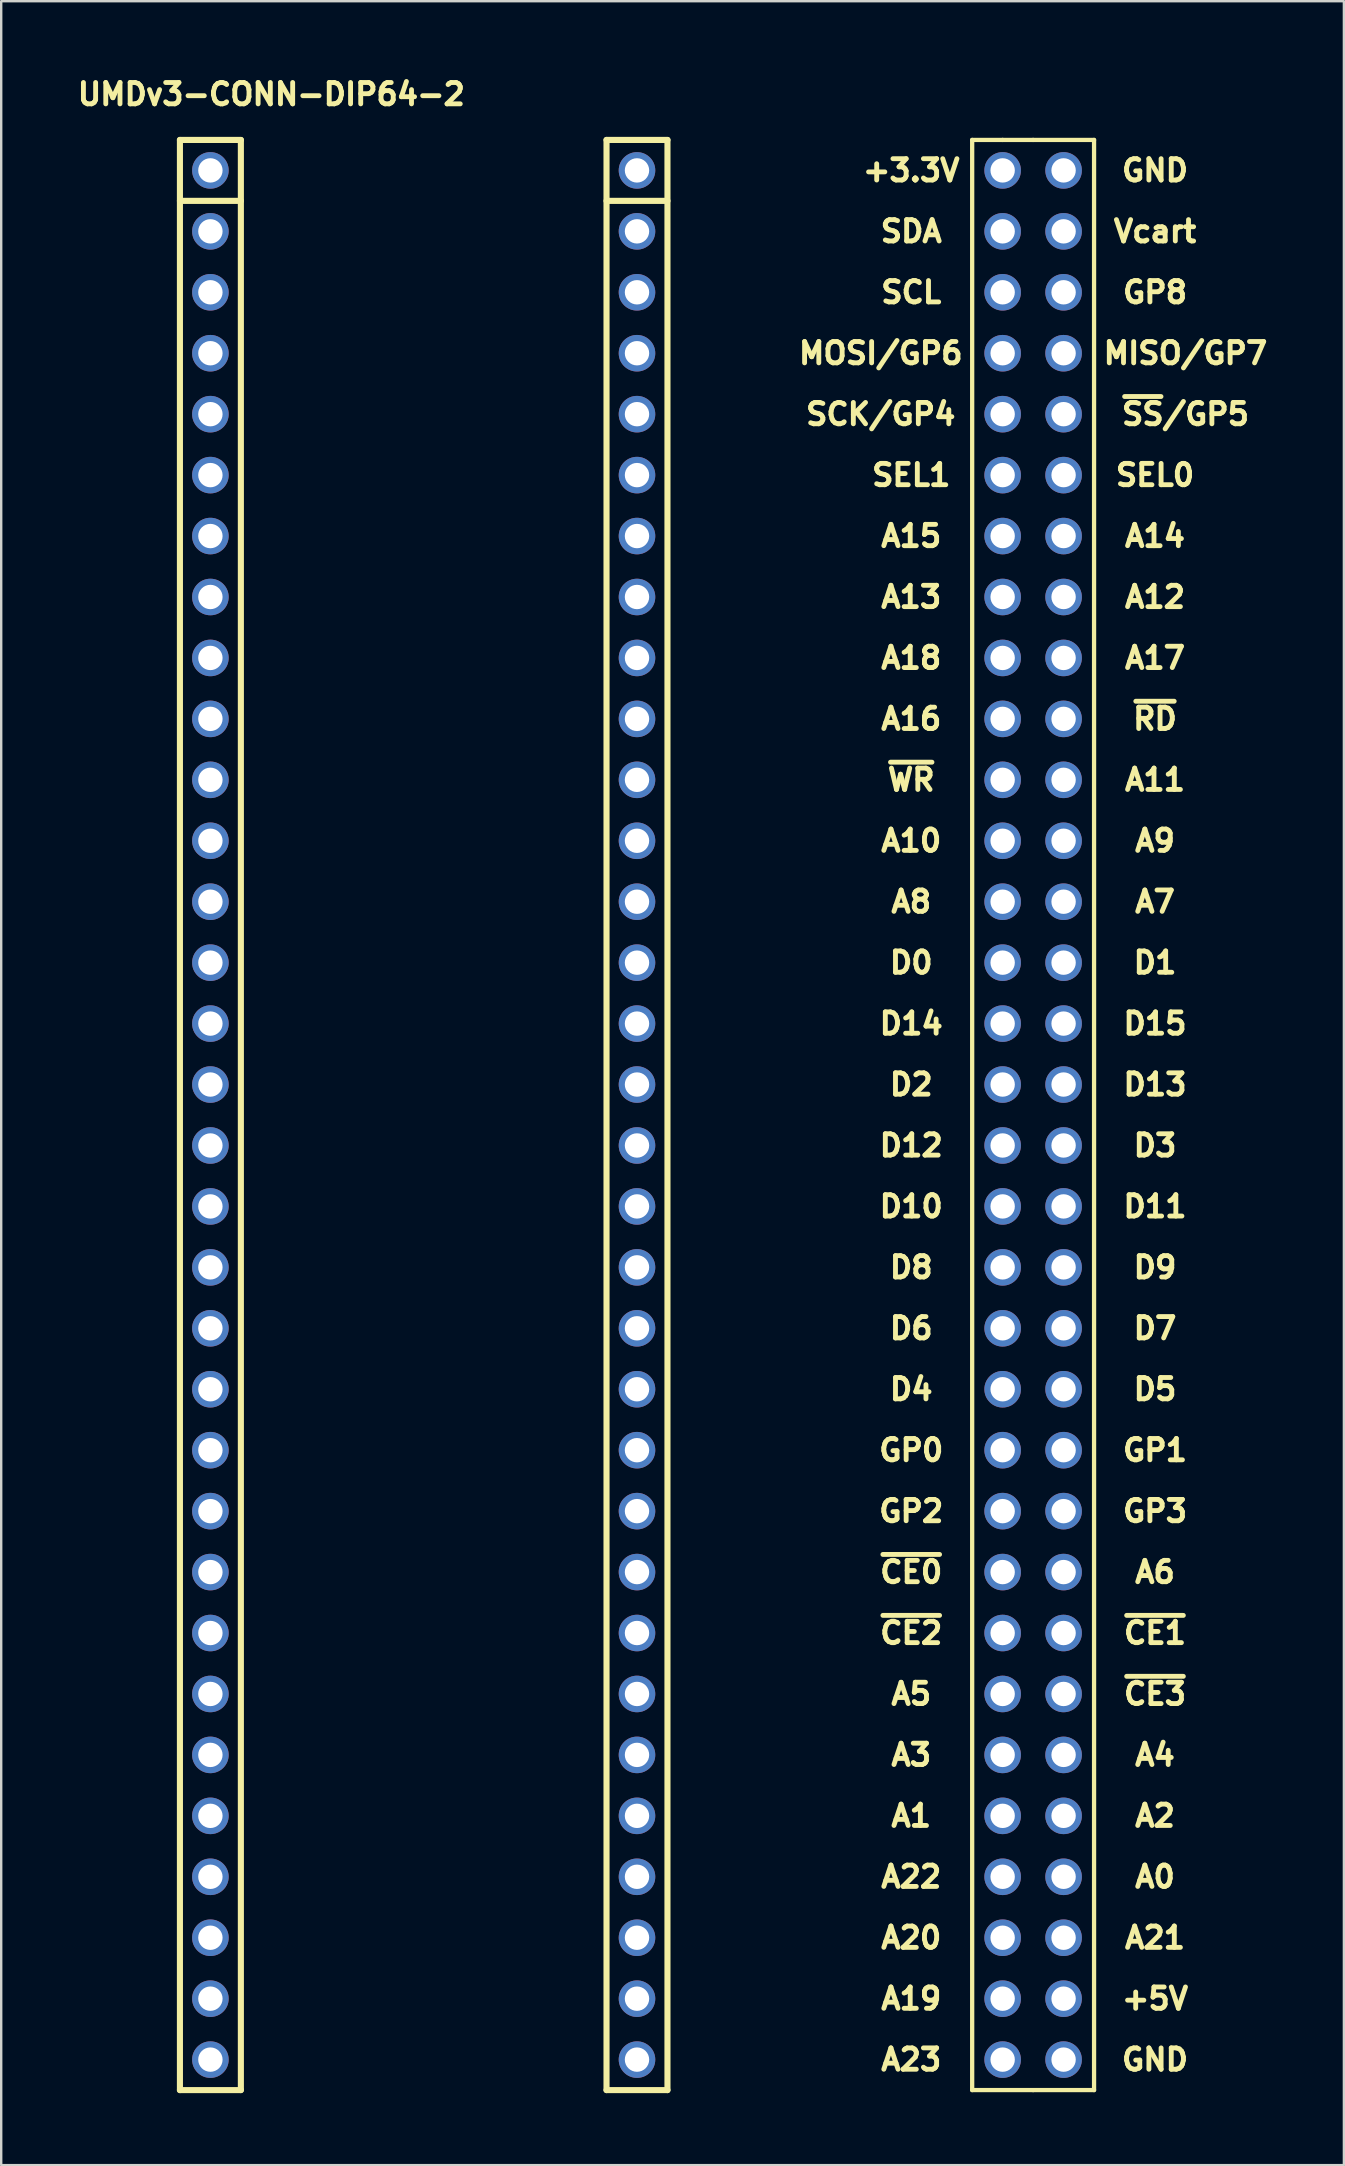
<source format=kicad_pcb>
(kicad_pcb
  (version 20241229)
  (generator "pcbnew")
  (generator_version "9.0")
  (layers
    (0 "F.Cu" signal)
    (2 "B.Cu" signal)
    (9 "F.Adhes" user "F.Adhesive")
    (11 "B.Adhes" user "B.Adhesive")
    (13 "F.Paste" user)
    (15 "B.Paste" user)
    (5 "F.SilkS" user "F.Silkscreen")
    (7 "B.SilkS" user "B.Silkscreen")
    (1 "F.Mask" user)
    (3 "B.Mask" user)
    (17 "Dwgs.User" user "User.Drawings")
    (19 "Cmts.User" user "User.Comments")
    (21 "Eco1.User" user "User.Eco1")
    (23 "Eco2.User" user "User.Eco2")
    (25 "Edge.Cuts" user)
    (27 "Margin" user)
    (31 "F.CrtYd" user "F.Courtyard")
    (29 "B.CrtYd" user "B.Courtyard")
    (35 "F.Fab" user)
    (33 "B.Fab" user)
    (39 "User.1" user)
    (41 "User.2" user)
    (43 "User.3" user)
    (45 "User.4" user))
  (footprint "UMDv3-CONN-DIP64-2"
    (layer "F.Cu")
    (at 5.719 4.052)
    (property "Reference" "UMDv3-CONN-DIP64-2" (at 2.54 -3.175 0) (layer "F.SilkS") (effects (font (size 0.889 0.889) (thickness 0.203))))
    (attr through_hole)
    (fp_line (start -1.27 -1.27) (end -1.27 80.01) (stroke (width 0.254) (type solid)) (layer "F.SilkS"))
    (fp_line (start -1.27 1.27) (end 1.27 1.27) (stroke (width 0.254) (type solid)) (layer "F.SilkS"))
    (fp_line (start -1.27 80.01) (end 1.27 80.01) (stroke (width 0.254) (type solid)) (layer "F.SilkS"))
    (fp_line (start 1.27 -1.27) (end -1.27 -1.27) (stroke (width 0.254) (type solid)) (layer "F.SilkS"))
    (fp_line (start 1.27 80.01) (end 1.27 -1.27) (stroke (width 0.254) (type solid)) (layer "F.SilkS"))
    (fp_line (start 16.51 -1.27) (end 16.51 80.01) (stroke (width 0.254) (type solid)) (layer "F.SilkS"))
    (fp_line (start 16.51 1.27) (end 19.05 1.27) (stroke (width 0.254) (type solid)) (layer "F.SilkS"))
    (fp_line (start 16.51 80.01) (end 19.05 80.01) (stroke (width 0.254) (type solid)) (layer "F.SilkS"))
    (fp_line (start 19.05 -1.27) (end 16.51 -1.27) (stroke (width 0.254) (type solid)) (layer "F.SilkS"))
    (fp_line (start 19.05 80.01) (end 19.05 -1.27) (stroke (width 0.254) (type solid)) (layer "F.SilkS"))
    (fp_line (start 31.75 -1.27) (end 31.75 80.01) (stroke (width 0.178) (type solid)) (layer "F.SilkS"))
    (fp_line (start 31.75 80.01) (end 34.29 80.01) (stroke (width 0.178) (type solid)) (layer "F.SilkS"))
    (fp_line (start 33.02 -1.27) (end 31.75 -1.27) (stroke (width 0.178) (type solid)) (layer "F.SilkS"))
    (fp_line (start 34.29 -1.27) (end 33.02 -1.27) (stroke (width 0.178) (type solid)) (layer "F.SilkS"))
    (fp_line (start 34.29 80.01) (end 36.83 80.01) (stroke (width 0.178) (type solid)) (layer "F.SilkS"))
    (fp_line (start 36.83 -1.27) (end 34.29 -1.27) (stroke (width 0.178) (type solid)) (layer "F.SilkS"))
    (fp_line (start 36.83 80.01) (end 36.83 -1.27) (stroke (width 0.178) (type solid)) (layer "F.SilkS"))
    (fp_text user "A0" (at 39.37 71.12 0) (layer "F.SilkS") (effects (font (size 0.889 0.889) (thickness 0.203))))
    (fp_text user "+5V" (at 39.37 76.2 0) (layer "F.SilkS") (effects (font (size 0.889 0.889) (thickness 0.203))))
    (fp_text user "A19" (at 29.21 76.2 0) (layer "F.SilkS") (effects (font (size 0.889 0.889) (thickness 0.203))))
    (fp_text user "D8" (at 29.21 45.72 0) (layer "F.SilkS") (effects (font (size 0.889 0.889) (thickness 0.203))))
    (fp_text user "~{CE1}" (at 39.37 60.96 0) (layer "F.SilkS") (effects (font (size 0.889 0.889) (thickness 0.203))))
    (fp_text user "D1" (at 39.37 33.02 0) (layer "F.SilkS") (effects (font (size 0.889 0.889) (thickness 0.203))))
    (fp_text user "GND" (at 39.37 78.74 0) (layer "F.SilkS") (effects (font (size 0.889 0.889) (thickness 0.203))))
    (fp_text user "A20" (at 29.21 73.66 0) (layer "F.SilkS") (effects (font (size 0.889 0.889) (thickness 0.203))))
    (fp_text user "D9" (at 39.37 45.72 0) (layer "F.SilkS") (effects (font (size 0.889 0.889) (thickness 0.203))))
    (fp_text user "GP1" (at 39.37 53.34 0) (layer "F.SilkS") (effects (font (size 0.889 0.889) (thickness 0.203))))
    (fp_text user "A16" (at 29.21 22.86 0) (layer "F.SilkS") (effects (font (size 0.889 0.889) (thickness 0.203))))
    (fp_text user "A11" (at 39.37 25.4 0) (layer "F.SilkS") (effects (font (size 0.889 0.889) (thickness 0.203))))
    (fp_text user "~{CE0}" (at 29.21 58.42 0) (layer "F.SilkS") (effects (font (size 0.889 0.889) (thickness 0.203))))
    (fp_text user "A21" (at 39.37 73.66 0) (layer "F.SilkS") (effects (font (size 0.889 0.889) (thickness 0.203))))
    (fp_text user "GP2" (at 29.21 55.88 0) (layer "F.SilkS") (effects (font (size 0.889 0.889) (thickness 0.203))))
    (fp_text user "GND" (at 39.37 0 0) (layer "F.SilkS") (effects (font (size 0.889 0.889) (thickness 0.203))))
    (fp_text user "A14" (at 39.37 15.24 0) (layer "F.SilkS") (effects (font (size 0.889 0.889) (thickness 0.203))))
    (fp_text user "D7" (at 39.37 48.26 0) (layer "F.SilkS") (effects (font (size 0.889 0.889) (thickness 0.203))))
    (fp_text user "GP8" (at 39.37 5.08 0) (layer "F.SilkS") (effects (font (size 0.889 0.889) (thickness 0.203))))
    (fp_text user "~{CE2}" (at 29.21 60.96 0) (layer "F.SilkS") (effects (font (size 0.889 0.889) (thickness 0.203))))
    (fp_text user "D10" (at 29.21 43.18 0) (layer "F.SilkS") (effects (font (size 0.889 0.889) (thickness 0.203))))
    (fp_text user "MISO/GP7" (at 40.64 7.62 0) (layer "F.SilkS") (effects (font (size 0.889 0.889) (thickness 0.203))))
    (fp_text user "SDA" (at 29.21 2.54 0) (layer "F.SilkS") (effects (font (size 0.889 0.889) (thickness 0.203))))
    (fp_text user "D13" (at 39.37 38.1 0) (layer "F.SilkS") (effects (font (size 0.889 0.889) (thickness 0.203))))
    (fp_text user "A3" (at 29.21 66.04 0) (layer "F.SilkS") (effects (font (size 0.889 0.889) (thickness 0.203))))
    (fp_text user "A10" (at 29.21 27.94 0) (layer "F.SilkS") (effects (font (size 0.889 0.889) (thickness 0.203))))
    (fp_text user "~{SS}/GP5" (at 40.64 10.16 0) (layer "F.SilkS") (effects (font (size 0.889 0.889) (thickness 0.203))))
    (fp_text user "D5" (at 39.37 50.8 0) (layer "F.SilkS") (effects (font (size 0.889 0.889) (thickness 0.203))))
    (fp_text user "SCK/GP4" (at 27.94 10.16 0) (layer "F.SilkS") (effects (font (size 0.889 0.889) (thickness 0.203))))
    (fp_text user "D6" (at 29.21 48.26 0) (layer "F.SilkS") (effects (font (size 0.889 0.889) (thickness 0.203))))
    (fp_text user "D0" (at 29.21 33.02 0) (layer "F.SilkS") (effects (font (size 0.889 0.889) (thickness 0.203))))
    (fp_text user "D15" (at 39.37 35.56 0) (layer "F.SilkS") (effects (font (size 0.889 0.889) (thickness 0.203))))
    (fp_text user "A13" (at 29.21 17.78 0) (layer "F.SilkS") (effects (font (size 0.889 0.889) (thickness 0.203))))
    (fp_text user "A1" (at 29.21 68.58 0) (layer "F.SilkS") (effects (font (size 0.889 0.889) (thickness 0.203))))
    (fp_text user "~{RD}" (at 39.37 22.86 0) (layer "F.SilkS") (effects (font (size 0.889 0.889) (thickness 0.203))))
    (fp_text user "A5" (at 29.21 63.5 0) (layer "F.SilkS") (effects (font (size 0.889 0.889) (thickness 0.203))))
    (fp_text user "A7" (at 39.37 30.48 0) (layer "F.SilkS") (effects (font (size 0.889 0.889) (thickness 0.203))))
    (fp_text user "Vcart" (at 39.37 2.54 0) (layer "F.SilkS") (effects (font (size 0.889 0.889) (thickness 0.203))))
    (fp_text user "A18" (at 29.21 20.32 0) (layer "F.SilkS") (effects (font (size 0.889 0.889) (thickness 0.203))))
    (fp_text user "A9" (at 39.37 27.94 0) (layer "F.SilkS") (effects (font (size 0.889 0.889) (thickness 0.203))))
    (fp_text user "D14" (at 29.21 35.56 0) (layer "F.SilkS") (effects (font (size 0.889 0.889) (thickness 0.203))))
    (fp_text user "A6" (at 39.37 58.42 0) (layer "F.SilkS") (effects (font (size 0.889 0.889) (thickness 0.203))))
    (fp_text user "SCL" (at 29.21 5.08 0) (layer "F.SilkS") (effects (font (size 0.889 0.889) (thickness 0.203))))
    (fp_text user "D4" (at 29.21 50.8 0) (layer "F.SilkS") (effects (font (size 0.889 0.889) (thickness 0.203))))
    (fp_text user "GP3" (at 39.37 55.88 0) (layer "F.SilkS") (effects (font (size 0.889 0.889) (thickness 0.203))))
    (fp_text user "MOSI/GP6" (at 27.94 7.62 0) (layer "F.SilkS") (effects (font (size 0.889 0.889) (thickness 0.203))))
    (fp_text user "A8" (at 29.21 30.48 0) (layer "F.SilkS") (effects (font (size 0.889 0.889) (thickness 0.203))))
    (fp_text user "D2" (at 29.21 38.1 0) (layer "F.SilkS") (effects (font (size 0.889 0.889) (thickness 0.203))))
    (fp_text user "A17" (at 39.37 20.32 0) (layer "F.SilkS") (effects (font (size 0.889 0.889) (thickness 0.203))))
    (fp_text user "D12" (at 29.21 40.64 0) (layer "F.SilkS") (effects (font (size 0.889 0.889) (thickness 0.203))))
    (fp_text user "~{WR}" (at 29.21 25.4 0) (layer "F.SilkS") (effects (font (size 0.889 0.889) (thickness 0.203))))
    (fp_text user "A12" (at 39.37 17.78 0) (layer "F.SilkS") (effects (font (size 0.889 0.889) (thickness 0.203))))
    (fp_text user "GP0" (at 29.21 53.34 0) (layer "F.SilkS") (effects (font (size 0.889 0.889) (thickness 0.203))))
    (fp_text user "D11" (at 39.37 43.18 0) (layer "F.SilkS") (effects (font (size 0.889 0.889) (thickness 0.203))))
    (fp_text user "A4" (at 39.37 66.04 0) (layer "F.SilkS") (effects (font (size 0.889 0.889) (thickness 0.203))))
    (fp_text user "A15" (at 29.21 15.24 0) (layer "F.SilkS") (effects (font (size 0.889 0.889) (thickness 0.203))))
    (fp_text user "+3.3V" (at 29.21 0 0) (layer "F.SilkS") (effects (font (size 0.889 0.889) (thickness 0.203))))
    (fp_text user "A23" (at 29.21 78.74 0) (layer "F.SilkS") (effects (font (size 0.889 0.889) (thickness 0.203))))
    (fp_text user "D3" (at 39.37 40.64 0) (layer "F.SilkS") (effects (font (size 0.889 0.889) (thickness 0.203))))
    (fp_text user "A22" (at 29.21 71.12 0) (layer "F.SilkS") (effects (font (size 0.889 0.889) (thickness 0.203))))
    (fp_text user "~{CE3}" (at 39.37 63.5 0) (layer "F.SilkS") (effects (font (size 0.889 0.889) (thickness 0.203))))
    (fp_text user "A2" (at 39.37 68.58 0) (layer "F.SilkS") (effects (font (size 0.889 0.889) (thickness 0.203))))
    (fp_text user "SEL0" (at 39.37 12.7 0) (layer "F.SilkS") (effects (font (size 0.889 0.889) (thickness 0.203))))
    (fp_text user "SEL1" (at 29.21 12.7 0) (layer "F.SilkS") (effects (font (size 0.889 0.889) (thickness 0.203))))
    (pad "1" thru_hole circle (at 0 0) (size 1.524 1.524) (drill 1.016) (layers "*.Cu" "*.Mask"))
    (pad "1" thru_hole circle (at 33.02 0) (size 1.524 1.524) (drill 1.016) (layers "*.Cu" "*.Mask"))
    (pad "2" thru_hole circle (at 0 2.54) (size 1.524 1.524) (drill 1.016) (layers "*.Cu" "*.Mask"))
    (pad "2" thru_hole circle (at 33.02 2.54) (size 1.524 1.524) (drill 1.016) (layers "*.Cu" "*.Mask"))
    (pad "3" thru_hole circle (at 0 5.08) (size 1.524 1.524) (drill 1.016) (layers "*.Cu" "*.Mask"))
    (pad "3" thru_hole circle (at 33.02 5.08) (size 1.524 1.524) (drill 1.016) (layers "*.Cu" "*.Mask"))
    (pad "4" thru_hole circle (at 0 7.62) (size 1.524 1.524) (drill 1.016) (layers "*.Cu" "*.Mask"))
    (pad "4" thru_hole circle (at 33.02 7.62) (size 1.524 1.524) (drill 1.016) (layers "*.Cu" "*.Mask"))
    (pad "5" thru_hole circle (at 0 10.16) (size 1.524 1.524) (drill 1.016) (layers "*.Cu" "*.Mask"))
    (pad "5" thru_hole circle (at 33.02 10.16) (size 1.524 1.524) (drill 1.016) (layers "*.Cu" "*.Mask"))
    (pad "6" thru_hole circle (at 0 12.7) (size 1.524 1.524) (drill 1.016) (layers "*.Cu" "*.Mask"))
    (pad "6" thru_hole circle (at 33.02 12.7) (size 1.524 1.524) (drill 1.016) (layers "*.Cu" "*.Mask"))
    (pad "7" thru_hole circle (at 0 15.24) (size 1.524 1.524) (drill 1.016) (layers "*.Cu" "*.Mask"))
    (pad "7" thru_hole circle (at 33.02 15.24) (size 1.524 1.524) (drill 1.016) (layers "*.Cu" "*.Mask"))
    (pad "8" thru_hole circle (at 0 17.78) (size 1.524 1.524) (drill 1.016) (layers "*.Cu" "*.Mask"))
    (pad "8" thru_hole circle (at 33.02 17.78) (size 1.524 1.524) (drill 1.016) (layers "*.Cu" "*.Mask"))
    (pad "9" thru_hole circle (at 0 20.32) (size 1.524 1.524) (drill 1.016) (layers "*.Cu" "*.Mask"))
    (pad "9" thru_hole circle (at 33.02 20.32) (size 1.524 1.524) (drill 1.016) (layers "*.Cu" "*.Mask"))
    (pad "10" thru_hole circle (at 0 22.86) (size 1.524 1.524) (drill 1.016) (layers "*.Cu" "*.Mask"))
    (pad "10" thru_hole circle (at 33.02 22.86) (size 1.524 1.524) (drill 1.016) (layers "*.Cu" "*.Mask"))
    (pad "11" thru_hole circle (at 0 25.4) (size 1.524 1.524) (drill 1.016) (layers "*.Cu" "*.Mask"))
    (pad "11" thru_hole circle (at 33.02 25.4) (size 1.524 1.524) (drill 1.016) (layers "*.Cu" "*.Mask"))
    (pad "12" thru_hole circle (at 0 27.94) (size 1.524 1.524) (drill 1.016) (layers "*.Cu" "*.Mask"))
    (pad "12" thru_hole circle (at 33.02 27.94) (size 1.524 1.524) (drill 1.016) (layers "*.Cu" "*.Mask"))
    (pad "13" thru_hole circle (at 0 30.48) (size 1.524 1.524) (drill 1.016) (layers "*.Cu" "*.Mask"))
    (pad "13" thru_hole circle (at 33.02 30.48) (size 1.524 1.524) (drill 1.016) (layers "*.Cu" "*.Mask"))
    (pad "14" thru_hole circle (at 0 33.02) (size 1.524 1.524) (drill 1.016) (layers "*.Cu" "*.Mask"))
    (pad "14" thru_hole circle (at 33.02 33.02) (size 1.524 1.524) (drill 1.016) (layers "*.Cu" "*.Mask"))
    (pad "15" thru_hole circle (at 0 35.56) (size 1.524 1.524) (drill 1.016) (layers "*.Cu" "*.Mask"))
    (pad "15" thru_hole circle (at 33.02 35.56) (size 1.524 1.524) (drill 1.016) (layers "*.Cu" "*.Mask"))
    (pad "16" thru_hole circle (at 0 38.1) (size 1.524 1.524) (drill 1.016) (layers "*.Cu" "*.Mask"))
    (pad "16" thru_hole circle (at 33.02 38.1) (size 1.524 1.524) (drill 1.016) (layers "*.Cu" "*.Mask"))
    (pad "17" thru_hole circle (at 0 40.64) (size 1.524 1.524) (drill 1.016) (layers "*.Cu" "*.Mask"))
    (pad "17" thru_hole circle (at 33.02 40.64) (size 1.524 1.524) (drill 1.016) (layers "*.Cu" "*.Mask"))
    (pad "18" thru_hole circle (at 0 43.18) (size 1.524 1.524) (drill 1.016) (layers "*.Cu" "*.Mask"))
    (pad "18" thru_hole circle (at 33.02 43.18) (size 1.524 1.524) (drill 1.016) (layers "*.Cu" "*.Mask"))
    (pad "19" thru_hole circle (at 0 45.72) (size 1.524 1.524) (drill 1.016) (layers "*.Cu" "*.Mask"))
    (pad "19" thru_hole circle (at 33.02 45.72) (size 1.524 1.524) (drill 1.016) (layers "*.Cu" "*.Mask"))
    (pad "20" thru_hole circle (at 0 48.26) (size 1.524 1.524) (drill 1.016) (layers "*.Cu" "*.Mask"))
    (pad "20" thru_hole circle (at 33.02 48.26) (size 1.524 1.524) (drill 1.016) (layers "*.Cu" "*.Mask"))
    (pad "21" thru_hole circle (at 0 50.8) (size 1.524 1.524) (drill 1.016) (layers "*.Cu" "*.Mask"))
    (pad "21" thru_hole circle (at 33.02 50.8) (size 1.524 1.524) (drill 1.016) (layers "*.Cu" "*.Mask"))
    (pad "22" thru_hole circle (at 0 53.34) (size 1.524 1.524) (drill 1.016) (layers "*.Cu" "*.Mask"))
    (pad "22" thru_hole circle (at 33.02 53.34) (size 1.524 1.524) (drill 1.016) (layers "*.Cu" "*.Mask"))
    (pad "23" thru_hole circle (at 0 55.88) (size 1.524 1.524) (drill 1.016) (layers "*.Cu" "*.Mask"))
    (pad "23" thru_hole circle (at 33.02 55.88) (size 1.524 1.524) (drill 1.016) (layers "*.Cu" "*.Mask"))
    (pad "24" thru_hole circle (at 0 58.42) (size 1.524 1.524) (drill 1.016) (layers "*.Cu" "*.Mask"))
    (pad "24" thru_hole circle (at 33.02 58.42) (size 1.524 1.524) (drill 1.016) (layers "*.Cu" "*.Mask"))
    (pad "25" thru_hole circle (at 0 60.96) (size 1.524 1.524) (drill 1.016) (layers "*.Cu" "*.Mask"))
    (pad "25" thru_hole circle (at 33.02 60.96) (size 1.524 1.524) (drill 1.016) (layers "*.Cu" "*.Mask"))
    (pad "26" thru_hole circle (at 0 63.5) (size 1.524 1.524) (drill 1.016) (layers "*.Cu" "*.Mask"))
    (pad "26" thru_hole circle (at 33.02 63.5) (size 1.524 1.524) (drill 1.016) (layers "*.Cu" "*.Mask"))
    (pad "27" thru_hole circle (at 0 66.04) (size 1.524 1.524) (drill 1.016) (layers "*.Cu" "*.Mask"))
    (pad "27" thru_hole circle (at 33.02 66.04) (size 1.524 1.524) (drill 1.016) (layers "*.Cu" "*.Mask"))
    (pad "28" thru_hole circle (at 0 68.58) (size 1.524 1.524) (drill 1.016) (layers "*.Cu" "*.Mask"))
    (pad "28" thru_hole circle (at 33.02 68.58) (size 1.524 1.524) (drill 1.016) (layers "*.Cu" "*.Mask"))
    (pad "29" thru_hole circle (at 0 71.12) (size 1.524 1.524) (drill 1.016) (layers "*.Cu" "*.Mask"))
    (pad "29" thru_hole circle (at 33.02 71.12) (size 1.524 1.524) (drill 1.016) (layers "*.Cu" "*.Mask"))
    (pad "30" thru_hole circle (at 0 73.66) (size 1.524 1.524) (drill 1.016) (layers "*.Cu" "*.Mask"))
    (pad "30" thru_hole circle (at 33.02 73.66) (size 1.524 1.524) (drill 1.016) (layers "*.Cu" "*.Mask"))
    (pad "31" thru_hole circle (at 0 76.2) (size 1.524 1.524) (drill 1.016) (layers "*.Cu" "*.Mask"))
    (pad "31" thru_hole circle (at 33.02 76.2) (size 1.524 1.524) (drill 1.016) (layers "*.Cu" "*.Mask"))
    (pad "32" thru_hole circle (at 0 78.74) (size 1.524 1.524) (drill 1.016) (layers "*.Cu" "*.Mask"))
    (pad "32" thru_hole circle (at 33.02 78.74) (size 1.524 1.524) (drill 1.016) (layers "*.Cu" "*.Mask"))
    (pad "33" thru_hole circle (at 17.78 78.74) (size 1.524 1.524) (drill 1.016) (layers "*.Cu" "*.Mask"))
    (pad "33" thru_hole circle (at 35.56 78.74) (size 1.524 1.524) (drill 1.016) (layers "*.Cu" "*.Mask"))
    (pad "34" thru_hole circle (at 17.78 76.2) (size 1.524 1.524) (drill 1.016) (layers "*.Cu" "*.Mask"))
    (pad "34" thru_hole circle (at 35.56 76.2) (size 1.524 1.524) (drill 1.016) (layers "*.Cu" "*.Mask"))
    (pad "35" thru_hole circle (at 17.78 73.66) (size 1.524 1.524) (drill 1.016) (layers "*.Cu" "*.Mask"))
    (pad "35" thru_hole circle (at 35.56 73.66) (size 1.524 1.524) (drill 1.016) (layers "*.Cu" "*.Mask"))
    (pad "36" thru_hole circle (at 17.78 71.12) (size 1.524 1.524) (drill 1.016) (layers "*.Cu" "*.Mask"))
    (pad "36" thru_hole circle (at 35.56 71.12) (size 1.524 1.524) (drill 1.016) (layers "*.Cu" "*.Mask"))
    (pad "37" thru_hole circle (at 17.78 68.58) (size 1.524 1.524) (drill 1.016) (layers "*.Cu" "*.Mask"))
    (pad "37" thru_hole circle (at 35.56 68.58) (size 1.524 1.524) (drill 1.016) (layers "*.Cu" "*.Mask"))
    (pad "38" thru_hole circle (at 17.78 66.04) (size 1.524 1.524) (drill 1.016) (layers "*.Cu" "*.Mask"))
    (pad "38" thru_hole circle (at 35.56 66.04) (size 1.524 1.524) (drill 1.016) (layers "*.Cu" "*.Mask"))
    (pad "39" thru_hole circle (at 17.78 63.5) (size 1.524 1.524) (drill 1.016) (layers "*.Cu" "*.Mask"))
    (pad "39" thru_hole circle (at 35.56 63.5) (size 1.524 1.524) (drill 1.016) (layers "*.Cu" "*.Mask"))
    (pad "40" thru_hole circle (at 17.78 60.96) (size 1.524 1.524) (drill 1.016) (layers "*.Cu" "*.Mask"))
    (pad "40" thru_hole circle (at 35.56 60.96) (size 1.524 1.524) (drill 1.016) (layers "*.Cu" "*.Mask"))
    (pad "41" thru_hole circle (at 17.78 58.42) (size 1.524 1.524) (drill 1.016) (layers "*.Cu" "*.Mask"))
    (pad "41" thru_hole circle (at 35.56 58.42) (size 1.524 1.524) (drill 1.016) (layers "*.Cu" "*.Mask"))
    (pad "42" thru_hole circle (at 17.78 55.88) (size 1.524 1.524) (drill 1.016) (layers "*.Cu" "*.Mask"))
    (pad "42" thru_hole circle (at 35.56 55.88) (size 1.524 1.524) (drill 1.016) (layers "*.Cu" "*.Mask"))
    (pad "43" thru_hole circle (at 17.78 53.34) (size 1.524 1.524) (drill 1.016) (layers "*.Cu" "*.Mask"))
    (pad "43" thru_hole circle (at 35.56 53.34) (size 1.524 1.524) (drill 1.016) (layers "*.Cu" "*.Mask"))
    (pad "44" thru_hole circle (at 17.78 50.8) (size 1.524 1.524) (drill 1.016) (layers "*.Cu" "*.Mask"))
    (pad "44" thru_hole circle (at 35.56 50.8) (size 1.524 1.524) (drill 1.016) (layers "*.Cu" "*.Mask"))
    (pad "45" thru_hole circle (at 17.78 48.26) (size 1.524 1.524) (drill 1.016) (layers "*.Cu" "*.Mask"))
    (pad "45" thru_hole circle (at 35.56 48.26) (size 1.524 1.524) (drill 1.016) (layers "*.Cu" "*.Mask"))
    (pad "46" thru_hole circle (at 17.78 45.72) (size 1.524 1.524) (drill 1.016) (layers "*.Cu" "*.Mask"))
    (pad "46" thru_hole circle (at 35.56 45.72) (size 1.524 1.524) (drill 1.016) (layers "*.Cu" "*.Mask"))
    (pad "47" thru_hole circle (at 17.78 43.18) (size 1.524 1.524) (drill 1.016) (layers "*.Cu" "*.Mask"))
    (pad "47" thru_hole circle (at 35.56 43.18) (size 1.524 1.524) (drill 1.016) (layers "*.Cu" "*.Mask"))
    (pad "48" thru_hole circle (at 17.78 40.64) (size 1.524 1.524) (drill 1.016) (layers "*.Cu" "*.Mask"))
    (pad "48" thru_hole circle (at 35.56 40.64) (size 1.524 1.524) (drill 1.016) (layers "*.Cu" "*.Mask"))
    (pad "49" thru_hole circle (at 17.78 38.1) (size 1.524 1.524) (drill 1.016) (layers "*.Cu" "*.Mask"))
    (pad "49" thru_hole circle (at 35.56 38.1) (size 1.524 1.524) (drill 1.016) (layers "*.Cu" "*.Mask"))
    (pad "50" thru_hole circle (at 17.78 35.56) (size 1.524 1.524) (drill 1.016) (layers "*.Cu" "*.Mask"))
    (pad "50" thru_hole circle (at 35.56 35.56) (size 1.524 1.524) (drill 1.016) (layers "*.Cu" "*.Mask"))
    (pad "51" thru_hole circle (at 17.78 33.02) (size 1.524 1.524) (drill 1.016) (layers "*.Cu" "*.Mask"))
    (pad "51" thru_hole circle (at 35.56 33.02) (size 1.524 1.524) (drill 1.016) (layers "*.Cu" "*.Mask"))
    (pad "52" thru_hole circle (at 17.78 30.48) (size 1.524 1.524) (drill 1.016) (layers "*.Cu" "*.Mask"))
    (pad "52" thru_hole circle (at 35.56 30.48) (size 1.524 1.524) (drill 1.016) (layers "*.Cu" "*.Mask"))
    (pad "53" thru_hole circle (at 17.78 27.94) (size 1.524 1.524) (drill 1.016) (layers "*.Cu" "*.Mask"))
    (pad "53" thru_hole circle (at 35.56 27.94) (size 1.524 1.524) (drill 1.016) (layers "*.Cu" "*.Mask"))
    (pad "54" thru_hole circle (at 17.78 25.4) (size 1.524 1.524) (drill 1.016) (layers "*.Cu" "*.Mask"))
    (pad "54" thru_hole circle (at 35.56 25.4) (size 1.524 1.524) (drill 1.016) (layers "*.Cu" "*.Mask"))
    (pad "55" thru_hole circle (at 17.78 22.86) (size 1.524 1.524) (drill 1.016) (layers "*.Cu" "*.Mask"))
    (pad "55" thru_hole circle (at 35.56 22.86) (size 1.524 1.524) (drill 1.016) (layers "*.Cu" "*.Mask"))
    (pad "56" thru_hole circle (at 17.78 20.32) (size 1.524 1.524) (drill 1.016) (layers "*.Cu" "*.Mask"))
    (pad "56" thru_hole circle (at 35.56 20.32) (size 1.524 1.524) (drill 1.016) (layers "*.Cu" "*.Mask"))
    (pad "57" thru_hole circle (at 17.78 17.78) (size 1.524 1.524) (drill 1.016) (layers "*.Cu" "*.Mask"))
    (pad "57" thru_hole circle (at 35.56 17.78) (size 1.524 1.524) (drill 1.016) (layers "*.Cu" "*.Mask"))
    (pad "58" thru_hole circle (at 17.78 15.24) (size 1.524 1.524) (drill 1.016) (layers "*.Cu" "*.Mask"))
    (pad "58" thru_hole circle (at 35.56 15.24) (size 1.524 1.524) (drill 1.016) (layers "*.Cu" "*.Mask"))
    (pad "59" thru_hole circle (at 17.78 12.7) (size 1.524 1.524) (drill 1.016) (layers "*.Cu" "*.Mask"))
    (pad "59" thru_hole circle (at 35.56 12.7) (size 1.524 1.524) (drill 1.016) (layers "*.Cu" "*.Mask"))
    (pad "60" thru_hole circle (at 17.78 10.16) (size 1.524 1.524) (drill 1.016) (layers "*.Cu" "*.Mask"))
    (pad "60" thru_hole circle (at 35.56 10.16) (size 1.524 1.524) (drill 1.016) (layers "*.Cu" "*.Mask"))
    (pad "61" thru_hole circle (at 17.78 7.62) (size 1.524 1.524) (drill 1.016) (layers "*.Cu" "*.Mask"))
    (pad "61" thru_hole circle (at 35.56 7.62) (size 1.524 1.524) (drill 1.016) (layers "*.Cu" "*.Mask"))
    (pad "62" thru_hole circle (at 17.78 5.08) (size 1.524 1.524) (drill 1.016) (layers "*.Cu" "*.Mask"))
    (pad "62" thru_hole circle (at 35.56 5.08) (size 1.524 1.524) (drill 1.016) (layers "*.Cu" "*.Mask"))
    (pad "63" thru_hole circle (at 17.78 2.54) (size 1.524 1.524) (drill 1.016) (layers "*.Cu" "*.Mask"))
    (pad "63" thru_hole circle (at 35.56 2.54) (size 1.524 1.524) (drill 1.016) (layers "*.Cu" "*.Mask"))
    (pad "64" thru_hole circle (at 17.78 0) (size 1.524 1.524) (drill 1.016) (layers "*.Cu" "*.Mask"))
    (pad "64" thru_hole circle (at 35.56 0) (size 1.524 1.524) (drill 1.016) (layers "*.Cu" "*.Mask")))
  (gr_rect
    (start -3 -3)
    (end 52.962 87.189)
    (stroke (width 0.1) (type default))
    (fill no)
    (layer "Edge.Cuts")))
</source>
